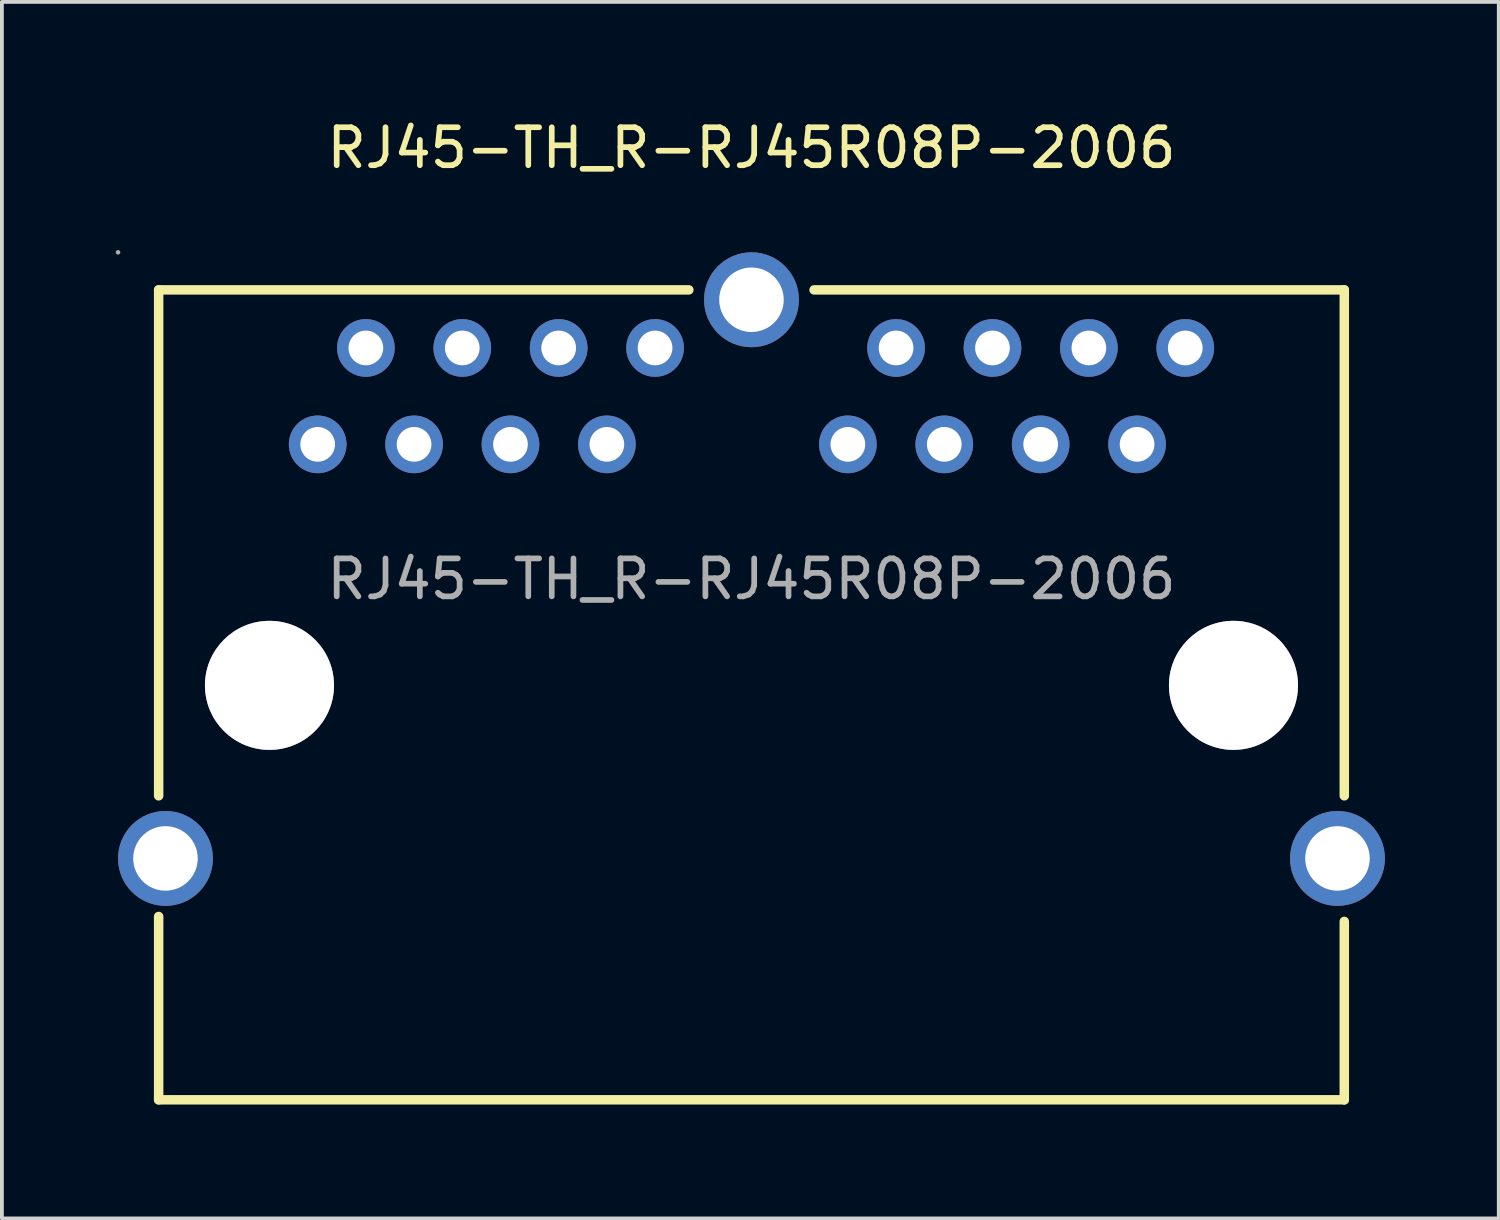
<source format=kicad_pcb>
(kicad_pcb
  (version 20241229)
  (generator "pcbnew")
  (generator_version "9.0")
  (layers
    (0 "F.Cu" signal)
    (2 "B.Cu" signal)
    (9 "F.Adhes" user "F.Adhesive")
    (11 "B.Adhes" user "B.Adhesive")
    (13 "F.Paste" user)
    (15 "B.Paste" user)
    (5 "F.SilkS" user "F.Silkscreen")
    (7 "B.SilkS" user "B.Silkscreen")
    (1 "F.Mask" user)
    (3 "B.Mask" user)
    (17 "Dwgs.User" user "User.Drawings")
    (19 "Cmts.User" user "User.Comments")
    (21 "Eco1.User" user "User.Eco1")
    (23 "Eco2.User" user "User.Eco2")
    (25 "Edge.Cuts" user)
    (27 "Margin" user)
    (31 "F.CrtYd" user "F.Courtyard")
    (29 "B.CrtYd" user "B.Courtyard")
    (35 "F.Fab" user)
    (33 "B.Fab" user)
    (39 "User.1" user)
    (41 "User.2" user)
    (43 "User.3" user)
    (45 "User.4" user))
  (footprint "RJ45-TH_R-RJ45R08P-2006"
    (layer "F.Cu")
    (at 16.75 12.208)
    (property "Reference" "RJ45-TH_R-RJ45R08P-2006" (at 0 -11.36 0) (layer "F.SilkS") (effects (font (size 1 1) (thickness 0.15))))
    (attr smd)
    (fp_line (start -15.62 -7.62) (end -1.65 -7.62) (stroke (width 0.25) (type solid)) (layer "F.SilkS"))
    (fp_line (start -15.62 5.71) (end -15.62 -7.62) (stroke (width 0.25) (type solid)) (layer "F.SilkS"))
    (fp_line (start -15.62 8.89) (end -15.62 13.72) (stroke (width 0.25) (type solid)) (layer "F.SilkS"))
    (fp_line (start -15.62 13.72) (end 15.62 13.72) (stroke (width 0.25) (type solid)) (layer "F.SilkS"))
    (fp_line (start 1.65 -7.62) (end 15.62 -7.62) (stroke (width 0.25) (type solid)) (layer "F.SilkS"))
    (fp_line (start 15.62 -7.62) (end 15.62 5.71) (stroke (width 0.25) (type solid)) (layer "F.SilkS"))
    (fp_line (start 15.62 13.72) (end 15.62 9.02) (stroke (width 0.25) (type solid)) (layer "F.SilkS"))
    (fp_circle (center -16.69 -8.61) (end -16.66 -8.61) (stroke (width 0.06) (type solid)) (fill no) (layer "F.Fab"))
    (fp_circle (center -15.44 7.36) (end -15.06 7.36) (stroke (width 0.75) (type solid)) (fill no) (layer "F.Fab"))
    (fp_circle (center -12.7 2.8) (end -11.9 2.8) (stroke (width 1.6) (type solid)) (fill no) (layer "F.Fab"))
    (fp_circle (center -11.43 -3.55) (end -11.25 -3.55) (stroke (width 0.36) (type solid)) (fill no) (layer "F.Fab"))
    (fp_circle (center -10.16 -6.09) (end -9.98 -6.09) (stroke (width 0.36) (type solid)) (fill no) (layer "F.Fab"))
    (fp_circle (center -8.89 -3.55) (end -8.71 -3.55) (stroke (width 0.36) (type solid)) (fill no) (layer "F.Fab"))
    (fp_circle (center -7.62 -6.09) (end -7.44 -6.09) (stroke (width 0.36) (type solid)) (fill no) (layer "F.Fab"))
    (fp_circle (center -6.35 -3.55) (end -6.17 -3.55) (stroke (width 0.36) (type solid)) (fill no) (layer "F.Fab"))
    (fp_circle (center -5.08 -6.09) (end -4.9 -6.09) (stroke (width 0.36) (type solid)) (fill no) (layer "F.Fab"))
    (fp_circle (center -3.81 -3.55) (end -3.63 -3.55) (stroke (width 0.36) (type solid)) (fill no) (layer "F.Fab"))
    (fp_circle (center -2.54 -6.09) (end -2.36 -6.09) (stroke (width 0.36) (type solid)) (fill no) (layer "F.Fab"))
    (fp_circle (center 0 -7.36) (end 0.38 -7.36) (stroke (width 0.75) (type solid)) (fill no) (layer "F.Fab"))
    (fp_circle (center 2.54 -3.55) (end 2.72 -3.55) (stroke (width 0.36) (type solid)) (fill no) (layer "F.Fab"))
    (fp_circle (center 3.81 -6.09) (end 3.99 -6.09) (stroke (width 0.36) (type solid)) (fill no) (layer "F.Fab"))
    (fp_circle (center 5.08 -3.55) (end 5.26 -3.55) (stroke (width 0.36) (type solid)) (fill no) (layer "F.Fab"))
    (fp_circle (center 6.35 -6.09) (end 6.53 -6.09) (stroke (width 0.36) (type solid)) (fill no) (layer "F.Fab"))
    (fp_circle (center 7.62 -3.55) (end 7.8 -3.55) (stroke (width 0.36) (type solid)) (fill no) (layer "F.Fab"))
    (fp_circle (center 8.89 -6.09) (end 9.07 -6.09) (stroke (width 0.36) (type solid)) (fill no) (layer "F.Fab"))
    (fp_circle (center 10.16 -3.55) (end 10.34 -3.55) (stroke (width 0.36) (type solid)) (fill no) (layer "F.Fab"))
    (fp_circle (center 11.43 -6.09) (end 11.61 -6.09) (stroke (width 0.36) (type solid)) (fill no) (layer "F.Fab"))
    (fp_circle (center 12.7 2.8) (end 13.5 2.8) (stroke (width 1.6) (type solid)) (fill no) (layer "F.Fab"))
    (fp_circle (center 15.44 7.36) (end 15.82 7.36) (stroke (width 0.75) (type solid)) (fill no) (layer "F.Fab"))
    (fp_text user "${REFERENCE}" (at 0 0 0) (layer "F.Fab") (effects (font (size 1 1) (thickness 0.15))))
    (pad "" thru_hole circle (at -12.7 2.8) (size 3.4 3.4) (drill 3.4) (layers "*.Cu" "*.Mask"))
    (pad "" thru_hole circle (at 12.7 2.8) (size 3.4 3.4) (drill 3.4) (layers "*.Cu" "*.Mask"))
    (pad "L1" thru_hole circle (at -11.43 -3.55 180) (size 1.52 1.52) (drill 0.914) (layers "*.Cu" "*.Paste" "*.Mask"))
    (pad "L2" thru_hole circle (at -10.16 -6.09 180) (size 1.52 1.52) (drill 0.914) (layers "*.Cu" "*.Paste" "*.Mask"))
    (pad "L3" thru_hole circle (at -8.89 -3.55 180) (size 1.52 1.52) (drill 0.914) (layers "*.Cu" "*.Paste" "*.Mask"))
    (pad "L4" thru_hole circle (at -7.62 -6.09 180) (size 1.52 1.52) (drill 0.914) (layers "*.Cu" "*.Paste" "*.Mask"))
    (pad "L5" thru_hole circle (at -6.35 -3.55 180) (size 1.52 1.52) (drill 0.914) (layers "*.Cu" "*.Paste" "*.Mask"))
    (pad "L6" thru_hole circle (at -5.08 -6.09 180) (size 1.52 1.52) (drill 0.914) (layers "*.Cu" "*.Paste" "*.Mask"))
    (pad "L7" thru_hole circle (at -3.81 -3.55 180) (size 1.52 1.52) (drill 0.914) (layers "*.Cu" "*.Paste" "*.Mask"))
    (pad "L8" thru_hole circle (at -2.54 -6.09 180) (size 1.52 1.52) (drill 0.914) (layers "*.Cu" "*.Paste" "*.Mask"))
    (pad "R1" thru_hole circle (at 2.54 -3.55 180) (size 1.52 1.52) (drill 0.914) (layers "*.Cu" "*.Paste" "*.Mask"))
    (pad "R2" thru_hole circle (at 3.81 -6.09 180) (size 1.52 1.52) (drill 0.914) (layers "*.Cu" "*.Paste" "*.Mask"))
    (pad "R3" thru_hole circle (at 5.08 -3.55 180) (size 1.52 1.52) (drill 0.914) (layers "*.Cu" "*.Paste" "*.Mask"))
    (pad "R4" thru_hole circle (at 6.35 -6.09 180) (size 1.52 1.52) (drill 0.914) (layers "*.Cu" "*.Paste" "*.Mask"))
    (pad "R5" thru_hole circle (at 7.62 -3.55 180) (size 1.52 1.52) (drill 0.914) (layers "*.Cu" "*.Paste" "*.Mask"))
    (pad "R6" thru_hole circle (at 8.89 -6.09 180) (size 1.52 1.52) (drill 0.914) (layers "*.Cu" "*.Paste" "*.Mask"))
    (pad "R7" thru_hole circle (at 10.16 -3.55 180) (size 1.52 1.52) (drill 0.914) (layers "*.Cu" "*.Paste" "*.Mask"))
    (pad "R8" thru_hole circle (at 11.43 -6.09 180) (size 1.52 1.52) (drill 0.914) (layers "*.Cu" "*.Paste" "*.Mask"))
    (pad "S1" thru_hole circle (at 0 -7.36) (size 2.5 2.5) (drill 1.7) (layers "*.Cu" "*.Paste" "*.Mask"))
    (pad "S2" thru_hole circle (at 15.44 7.36) (size 2.5 2.5) (drill 1.7) (layers "*.Cu" "*.Paste" "*.Mask"))
    (pad "S3" thru_hole circle (at -15.44 7.36) (size 2.5 2.5) (drill 1.7) (layers "*.Cu" "*.Paste" "*.Mask")))
  (gr_rect
    (start -3 -3)
    (end 36.44 29.053)
    (stroke (width 0.1) (type default))
    (fill no)
    (layer "Edge.Cuts")))
</source>
